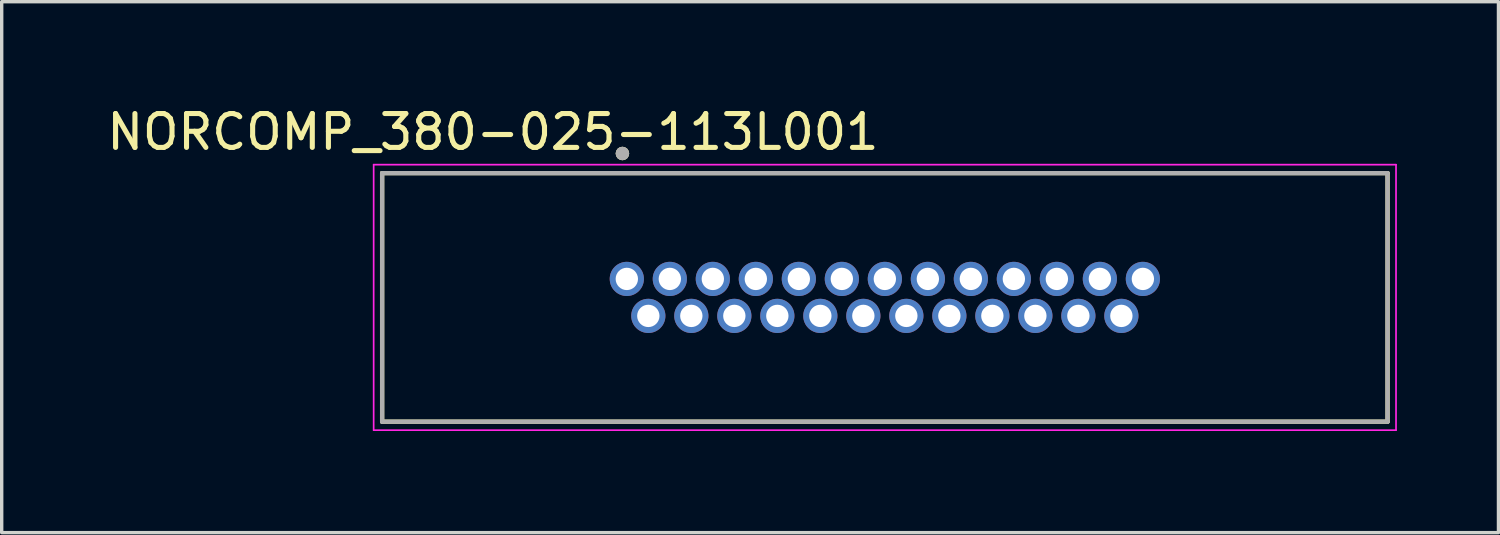
<source format=kicad_pcb>
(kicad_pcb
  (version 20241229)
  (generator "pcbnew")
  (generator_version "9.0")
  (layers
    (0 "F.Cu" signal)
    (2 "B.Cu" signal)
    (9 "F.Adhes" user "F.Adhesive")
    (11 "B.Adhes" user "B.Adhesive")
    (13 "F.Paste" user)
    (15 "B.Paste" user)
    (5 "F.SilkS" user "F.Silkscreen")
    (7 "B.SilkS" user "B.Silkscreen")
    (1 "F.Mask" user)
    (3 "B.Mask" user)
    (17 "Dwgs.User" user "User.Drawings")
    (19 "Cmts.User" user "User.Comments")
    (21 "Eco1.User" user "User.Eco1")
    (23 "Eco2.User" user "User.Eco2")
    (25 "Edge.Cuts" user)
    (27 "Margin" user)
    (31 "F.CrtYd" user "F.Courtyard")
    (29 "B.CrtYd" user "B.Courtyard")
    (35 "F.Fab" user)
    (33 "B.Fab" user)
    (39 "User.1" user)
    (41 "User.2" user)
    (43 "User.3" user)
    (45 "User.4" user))
  (footprint "NORCOMP_380-025-113L001"
    (layer "F.Cu")
    (at 23.081 5.733)
    (property "Reference" "NORCOMP_380-025-113L001" (at -11.575 -4.885 0) (layer "F.SilkS") (effects (font (size 1 1) (thickness 0.15))))
    (attr through_hole)
    (fp_line (start -14.846 -3.67) (end -14.846 3.67) (stroke (width 0.127) (type solid)) (layer "F.SilkS"))
    (fp_line (start -14.846 3.67) (end 14.846 3.67) (stroke (width 0.127) (type solid)) (layer "F.SilkS"))
    (fp_line (start 14.846 -3.67) (end -14.846 -3.67) (stroke (width 0.127) (type solid)) (layer "F.SilkS"))
    (fp_line (start 14.846 3.67) (end 14.846 -3.67) (stroke (width 0.127) (type solid)) (layer "F.SilkS"))
    (fp_circle (center -7.75 -4.25) (end -7.65 -4.25) (stroke (width 0.2) (type solid)) (fill no) (layer "F.SilkS"))
    (fp_line (start -15.096 -3.92) (end -15.096 3.92) (stroke (width 0.05) (type solid)) (layer "F.CrtYd"))
    (fp_line (start -15.096 3.92) (end 15.096 3.92) (stroke (width 0.05) (type solid)) (layer "F.CrtYd"))
    (fp_line (start 15.096 -3.92) (end -15.096 -3.92) (stroke (width 0.05) (type solid)) (layer "F.CrtYd"))
    (fp_line (start 15.096 3.92) (end 15.096 -3.92) (stroke (width 0.05) (type solid)) (layer "F.CrtYd"))
    (fp_line (start -14.846 -3.67) (end -14.846 3.67) (stroke (width 0.127) (type solid)) (layer "F.Fab"))
    (fp_line (start -14.846 3.67) (end 14.846 3.67) (stroke (width 0.127) (type solid)) (layer "F.Fab"))
    (fp_line (start 14.846 -3.67) (end -14.846 -3.67) (stroke (width 0.127) (type solid)) (layer "F.Fab"))
    (fp_line (start 14.846 3.67) (end 14.846 -3.67) (stroke (width 0.127) (type solid)) (layer "F.Fab"))
    (fp_circle (center -7.75 -4.25) (end -7.65 -4.25) (stroke (width 0.2) (type solid)) (fill no) (layer "F.Fab"))
    (pad "1" thru_hole circle (at -7.62 -0.546) (size 1.01 1.01) (drill 0.66) (layers "*.Cu" "*.Mask"))
    (pad "2" thru_hole circle (at -6.35 -0.546) (size 1.01 1.01) (drill 0.66) (layers "*.Cu" "*.Mask"))
    (pad "3" thru_hole circle (at -5.08 -0.546) (size 1.01 1.01) (drill 0.66) (layers "*.Cu" "*.Mask"))
    (pad "4" thru_hole circle (at -3.81 -0.546) (size 1.01 1.01) (drill 0.66) (layers "*.Cu" "*.Mask"))
    (pad "5" thru_hole circle (at -2.54 -0.546) (size 1.01 1.01) (drill 0.66) (layers "*.Cu" "*.Mask"))
    (pad "6" thru_hole circle (at -1.27 -0.546) (size 1.01 1.01) (drill 0.66) (layers "*.Cu" "*.Mask"))
    (pad "7" thru_hole circle (at 0 -0.546) (size 1.01 1.01) (drill 0.66) (layers "*.Cu" "*.Mask"))
    (pad "8" thru_hole circle (at 1.27 -0.546) (size 1.01 1.01) (drill 0.66) (layers "*.Cu" "*.Mask"))
    (pad "9" thru_hole circle (at 2.54 -0.546) (size 1.01 1.01) (drill 0.66) (layers "*.Cu" "*.Mask"))
    (pad "10" thru_hole circle (at 3.81 -0.546) (size 1.01 1.01) (drill 0.66) (layers "*.Cu" "*.Mask"))
    (pad "11" thru_hole circle (at 5.08 -0.546) (size 1.01 1.01) (drill 0.66) (layers "*.Cu" "*.Mask"))
    (pad "12" thru_hole circle (at 6.35 -0.546) (size 1.01 1.01) (drill 0.66) (layers "*.Cu" "*.Mask"))
    (pad "13" thru_hole circle (at 7.62 -0.546) (size 1.01 1.01) (drill 0.66) (layers "*.Cu" "*.Mask"))
    (pad "14" thru_hole circle (at -6.985 0.546) (size 1.01 1.01) (drill 0.66) (layers "*.Cu" "*.Mask"))
    (pad "15" thru_hole circle (at -5.715 0.546) (size 1.01 1.01) (drill 0.66) (layers "*.Cu" "*.Mask"))
    (pad "16" thru_hole circle (at -4.445 0.546) (size 1.01 1.01) (drill 0.66) (layers "*.Cu" "*.Mask"))
    (pad "17" thru_hole circle (at -3.175 0.546) (size 1.01 1.01) (drill 0.66) (layers "*.Cu" "*.Mask"))
    (pad "18" thru_hole circle (at -1.905 0.546) (size 1.01 1.01) (drill 0.66) (layers "*.Cu" "*.Mask"))
    (pad "19" thru_hole circle (at -0.635 0.546) (size 1.01 1.01) (drill 0.66) (layers "*.Cu" "*.Mask"))
    (pad "20" thru_hole circle (at 0.635 0.546) (size 1.01 1.01) (drill 0.66) (layers "*.Cu" "*.Mask"))
    (pad "21" thru_hole circle (at 1.905 0.546) (size 1.01 1.01) (drill 0.66) (layers "*.Cu" "*.Mask"))
    (pad "22" thru_hole circle (at 3.175 0.546) (size 1.01 1.01) (drill 0.66) (layers "*.Cu" "*.Mask"))
    (pad "23" thru_hole circle (at 4.445 0.546) (size 1.01 1.01) (drill 0.66) (layers "*.Cu" "*.Mask"))
    (pad "24" thru_hole circle (at 5.715 0.546) (size 1.01 1.01) (drill 0.66) (layers "*.Cu" "*.Mask"))
    (pad "25" thru_hole circle (at 6.985 0.546) (size 1.01 1.01) (drill 0.66) (layers "*.Cu" "*.Mask")))
  (gr_rect
    (start -3 -3)
    (end 41.202 12.679)
    (stroke (width 0.1) (type default))
    (fill no)
    (layer "Edge.Cuts")))
</source>
